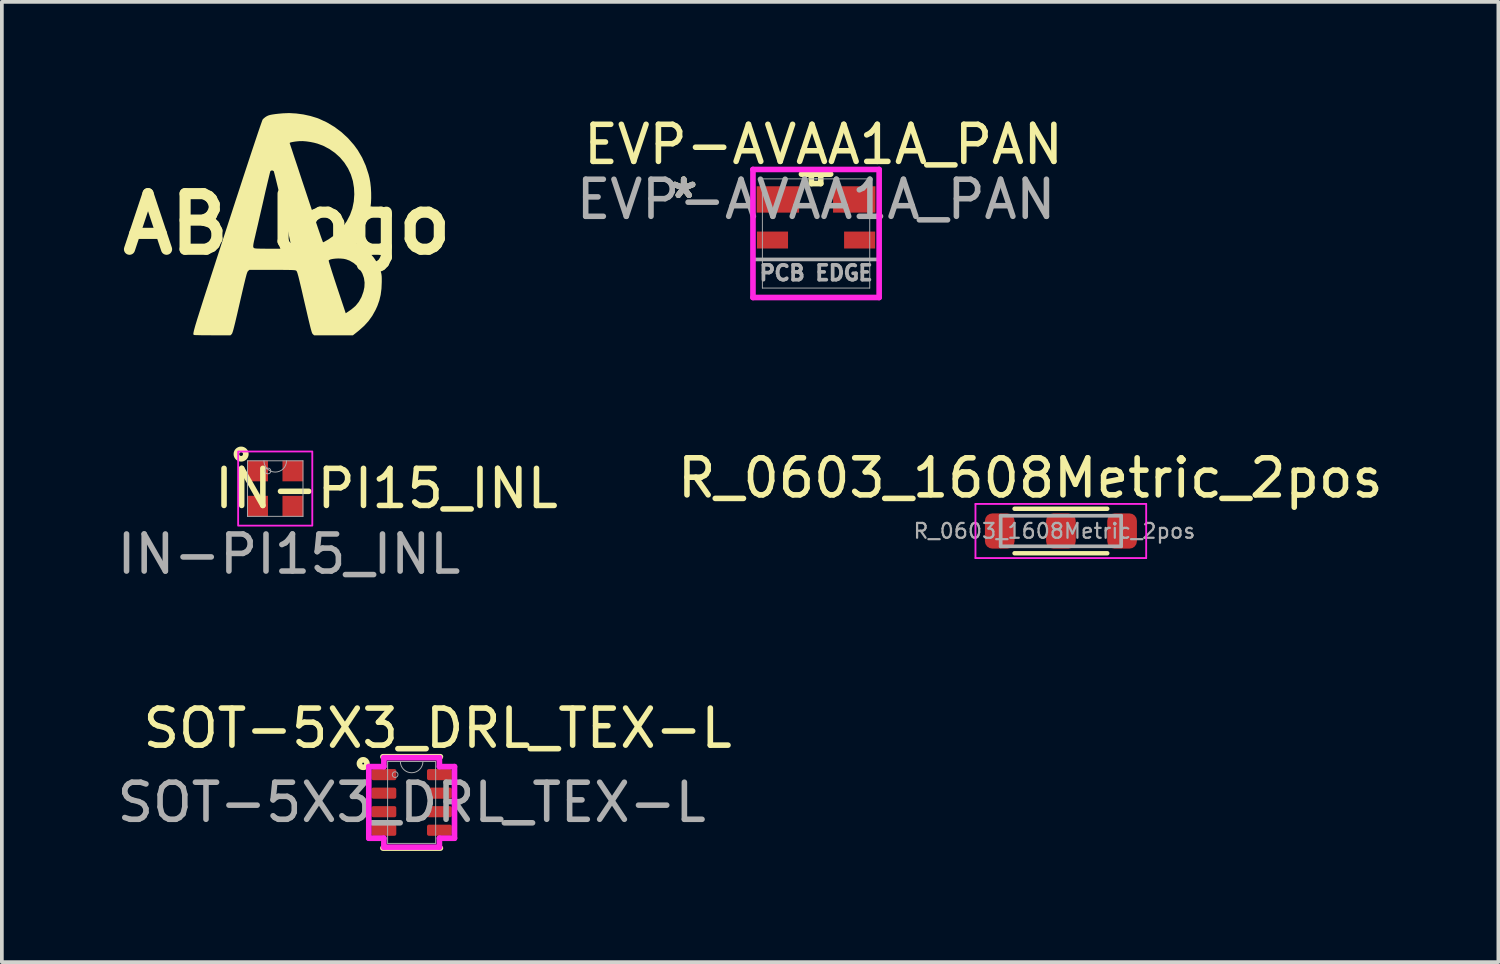
<source format=kicad_pcb>
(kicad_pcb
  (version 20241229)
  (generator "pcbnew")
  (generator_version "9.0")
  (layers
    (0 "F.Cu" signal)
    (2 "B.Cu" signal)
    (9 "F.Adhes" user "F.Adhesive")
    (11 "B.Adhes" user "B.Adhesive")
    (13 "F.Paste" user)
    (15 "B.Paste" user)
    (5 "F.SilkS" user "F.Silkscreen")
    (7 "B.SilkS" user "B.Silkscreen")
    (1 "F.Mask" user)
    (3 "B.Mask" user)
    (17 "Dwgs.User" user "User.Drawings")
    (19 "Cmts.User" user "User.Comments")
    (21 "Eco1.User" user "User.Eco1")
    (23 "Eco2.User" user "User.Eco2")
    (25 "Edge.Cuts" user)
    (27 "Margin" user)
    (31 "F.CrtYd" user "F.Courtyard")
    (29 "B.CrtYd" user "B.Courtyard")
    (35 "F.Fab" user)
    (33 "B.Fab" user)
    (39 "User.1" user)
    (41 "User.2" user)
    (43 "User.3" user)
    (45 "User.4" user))
  (footprint "R_0603_1608Metric_2pos"
    (layer "F.Cu")
    (at 24.743 11.274)
    (property "Reference" "R_0603_1608Metric_2pos" (at 0 -1.43 0) (layer "F.SilkS") (effects (font (size 1 1) (thickness 0.15))))
    (attr smd)
    (fp_line (start -0.425 -0.6) (end 2.075 -0.6) (stroke (width 0.12) (type solid)) (layer "F.SilkS"))
    (fp_line (start -0.425 0.6) (end 2.075 0.6) (stroke (width 0.12) (type solid)) (layer "F.SilkS"))
    (fp_line (start -1.48 -0.73) (end 3.125 -0.73) (stroke (width 0.05) (type solid)) (layer "F.CrtYd"))
    (fp_line (start -1.48 0.73) (end -1.48 -0.73) (stroke (width 0.05) (type solid)) (layer "F.CrtYd"))
    (fp_line (start 3.125 -0.73) (end 3.125 0.73) (stroke (width 0.05) (type solid)) (layer "F.CrtYd"))
    (fp_line (start 3.125 0.73) (end -1.48 0.73) (stroke (width 0.05) (type solid)) (layer "F.CrtYd"))
    (fp_line (start -0.8 -0.412) (end 2.45 -0.412) (stroke (width 0.1) (type solid)) (layer "F.Fab"))
    (fp_line (start -0.8 0.412) (end -0.8 -0.412) (stroke (width 0.1) (type solid)) (layer "F.Fab"))
    (fp_line (start 2.45 -0.412) (end 2.45 0.412) (stroke (width 0.1) (type solid)) (layer "F.Fab"))
    (fp_line (start 2.45 0.412) (end -0.8 0.412) (stroke (width 0.1) (type solid)) (layer "F.Fab"))
    (fp_text user "${REFERENCE}" (at 0.65 0 0) (layer "F.Fab") (effects (font (size 0.4 0.4) (thickness 0.06))))
    (pad "1" smd roundrect (at -0.825 0) (size 0.8 0.95) (layers "F.Cu" "F.Mask" "F.Paste") (roundrect_rratio 0.25))
    (pad "2" smd roundrect (at 0.825 0) (size 0.8 0.95) (layers "F.Cu" "F.Mask" "F.Paste") (roundrect_rratio 0.25))
    (pad "3" smd roundrect (at 2.475 0) (size 0.8 0.95) (layers "F.Cu" "F.Mask" "F.Paste") (roundrect_rratio 0.25)))
  (footprint "SOT-5X3_DRL_TEX-L"
    (layer "F.Cu")
    (at 8.054 18.595)
    (property "Reference" "SOT-5X3_DRL_TEX-L" (at 0.7 -2 0) (unlocked yes) (layer "F.SilkS") (effects (font (size 1 1) (thickness 0.15))))
    (attr smd)
    (fp_line (start -0.775 1.232) (end 0.775 1.232) (stroke (width 0.152) (type solid)) (layer "F.SilkS"))
    (fp_line (start 0.775 -1.232) (end -0.775 -1.232) (stroke (width 0.152) (type solid)) (layer "F.SilkS"))
    (fp_circle (center -1.307 -1.048) (end -1.206 -1.048) (stroke (width 0.152) (type solid)) (fill no) (layer "F.SilkS"))
    (fp_line (start -1.156 -0.966) (end -0.749 -0.966) (stroke (width 0.152) (type solid)) (layer "F.CrtYd"))
    (fp_line (start -1.156 0.966) (end -1.156 -0.966) (stroke (width 0.152) (type solid)) (layer "F.CrtYd"))
    (fp_line (start -1.156 0.966) (end -0.749 0.966) (stroke (width 0.152) (type solid)) (layer "F.CrtYd"))
    (fp_line (start -0.749 -1.206) (end 0.749 -1.206) (stroke (width 0.152) (type solid)) (layer "F.CrtYd"))
    (fp_line (start -0.749 -0.966) (end -0.749 -1.206) (stroke (width 0.152) (type solid)) (layer "F.CrtYd"))
    (fp_line (start -0.749 1.206) (end -0.749 0.966) (stroke (width 0.152) (type solid)) (layer "F.CrtYd"))
    (fp_line (start 0.749 -1.206) (end 0.749 -0.966) (stroke (width 0.152) (type solid)) (layer "F.CrtYd"))
    (fp_line (start 0.749 0.966) (end 0.749 1.206) (stroke (width 0.152) (type solid)) (layer "F.CrtYd"))
    (fp_line (start 0.749 1.206) (end -0.749 1.206) (stroke (width 0.152) (type solid)) (layer "F.CrtYd"))
    (fp_line (start 1.156 -0.966) (end 0.749 -0.966) (stroke (width 0.152) (type solid)) (layer "F.CrtYd"))
    (fp_line (start 1.156 -0.966) (end 1.156 0.966) (stroke (width 0.152) (type solid)) (layer "F.CrtYd"))
    (fp_line (start 1.156 0.966) (end 0.749 0.966) (stroke (width 0.152) (type solid)) (layer "F.CrtYd"))
    (fp_line (start -0.648 -1.105) (end -0.648 1.105) (stroke (width 0.025) (type solid)) (layer "F.Fab"))
    (fp_line (start -0.648 1.105) (end 0.648 1.105) (stroke (width 0.025) (type solid)) (layer "F.Fab"))
    (fp_line (start 0.648 -1.105) (end -0.648 -1.105) (stroke (width 0.025) (type solid)) (layer "F.Fab"))
    (fp_line (start 0.648 1.105) (end 0.648 -1.105) (stroke (width 0.025) (type solid)) (layer "F.Fab"))
    (fp_arc (start 0.3048 -1.1049) (mid 0 -0.8001) (end -0.3048 -1.1049) (stroke (width 0.0254) (type solid)) (layer "F.Fab"))
    (fp_circle (center -0.445 -0.75) (end -0.368 -0.75) (stroke (width 0.025) (type solid)) (fill no) (layer "F.Fab"))
    (fp_text user "${REFERENCE}" (at 0 0 0) (unlocked yes) (layer "F.Fab") (effects (font (size 1 1) (thickness 0.15))))
    (pad "1" smd roundrect (at -0.749 -0.75) (size 0.67 0.3) (layers "F.Cu" "F.Mask" "F.Paste") (roundrect_rratio 0.167))
    (pad "2" smd roundrect (at -0.749 -0.25) (size 0.67 0.3) (layers "F.Cu" "F.Mask" "F.Paste") (roundrect_rratio 0.167))
    (pad "3" smd roundrect (at -0.749 0.25) (size 0.67 0.3) (layers "F.Cu" "F.Mask" "F.Paste") (roundrect_rratio 0.167))
    (pad "4" smd roundrect (at -0.749 0.75) (size 0.67 0.3) (layers "F.Cu" "F.Mask" "F.Paste") (roundrect_rratio 0.167))
    (pad "5" smd roundrect (at 0.749 0.75) (size 0.67 0.3) (layers "F.Cu" "F.Mask" "F.Paste") (roundrect_rratio 0.167))
    (pad "6" smd roundrect (at 0.749 0.25) (size 0.67 0.3) (layers "F.Cu" "F.Mask" "F.Paste") (roundrect_rratio 0.167))
    (pad "7" smd roundrect (at 0.749 -0.25) (size 0.67 0.3) (layers "F.Cu" "F.Mask" "F.Paste") (roundrect_rratio 0.167))
    (pad "8" smd roundrect (at 0.749 -0.75) (size 0.67 0.3) (layers "F.Cu" "F.Mask" "F.Paste") (roundrect_rratio 0.167)))
  (footprint "IN-PI15_INL"
    (layer "F.Cu")
    (at 4.374 10.129)
    (property "Reference" "IN-PI15_INL" (at 3 0 0) (unlocked yes) (layer "F.SilkS") (effects (font (size 1 1) (thickness 0.15))))
    (attr smd)
    (fp_circle (center -0.92 -0.93) (end -0.793 -0.93) (stroke (width 0.152) (type solid)) (fill no) (layer "F.SilkS"))
    (fp_rect (start -1 -1) (end 1 1) (stroke (width 0.05) (type default)) (fill no) (layer "F.CrtYd"))
    (fp_line (start -0.749 -0.749) (end -0.749 0.749) (stroke (width 0.025) (type solid)) (layer "F.Fab"))
    (fp_line (start -0.749 0.749) (end 0.749 0.749) (stroke (width 0.025) (type solid)) (layer "F.Fab"))
    (fp_line (start 0.749 -0.749) (end -0.749 -0.749) (stroke (width 0.025) (type solid)) (layer "F.Fab"))
    (fp_line (start 0.749 0.749) (end 0.749 -0.749) (stroke (width 0.025) (type solid)) (layer "F.Fab"))
    (fp_arc (start 0.3048 -0.7493) (mid 0 -0.4445) (end -0.3048 -0.7493) (stroke (width 0.0254) (type solid)) (layer "F.Fab"))
    (fp_circle (center -0.196 -0.475) (end -0.119 -0.475) (stroke (width 0.025) (type solid)) (fill no) (layer "F.Fab"))
    (fp_text user "${REFERENCE}" (at 0.37 1.77 0) (unlocked yes) (layer "F.Fab") (effects (font (size 1 1) (thickness 0.15))))
    (pad "1" smd rect (at -0.475 -0.475) (size 0.559 0.559) (layers "F.Cu" "F.Mask" "F.Paste"))
    (pad "2" smd rect (at -0.475 0.475) (size 0.559 0.559) (layers "F.Cu" "F.Mask" "F.Paste"))
    (pad "3" smd rect (at 0.475 0.475) (size 0.559 0.559) (layers "F.Cu" "F.Mask" "F.Paste"))
    (pad "4" smd rect (at 0.475 -0.475) (size 0.559 0.559) (layers "F.Cu" "F.Mask" "F.Paste")))
  (footprint "AB_logo"
    (layer "F.Cu")
    (at 4.693 2.995)
    (property "Reference" "AB_logo" (at 0 0 0) (layer "F.SilkS") (effects (font (size 1.5 1.5) (thickness 0.3))))
    (attr board_only exclude_from_pos_files exclude_from_bom)
    (fp_poly (pts (xy 0.247 -2.984) (xy 0.441 -2.958) (xy 0.632 -2.916) (xy 0.812 -2.861) (xy 0.862 -2.842) (xy 1.076 -2.743) (xy 1.28 -2.621) (xy 1.471 -2.478) (xy 1.647 -2.315) (xy 1.805 -2.135) (xy 1.909 -1.992) (xy 2.026 -1.792) (xy 2.123 -1.575) (xy 2.199 -1.343) (xy 2.225 -1.24) (xy 2.246 -1.122) (xy 2.261 -0.987) (xy 2.269 -0.844) (xy 2.27 -0.702) (xy 2.264 -0.569) (xy 2.251 -0.462) (xy 2.211 -0.282) (xy 2.155 -0.104) (xy 2.083 0.066) (xy 1.999 0.222) (xy 1.91 0.35) (xy 1.875 0.403) (xy 1.86 0.446) (xy 1.859 0.459) (xy 1.867 0.5) (xy 1.888 0.531) (xy 1.915 0.544) (xy 1.917 0.544) (xy 1.943 0.553) (xy 1.984 0.577) (xy 2.035 0.612) (xy 2.093 0.656) (xy 2.151 0.705) (xy 2.206 0.755) (xy 2.245 0.794) (xy 2.341 0.906) (xy 2.418 1.022) (xy 2.48 1.15) (xy 2.512 1.235) (xy 2.529 1.285) (xy 2.541 1.326) (xy 2.548 1.364) (xy 2.553 1.406) (xy 2.555 1.458) (xy 2.555 1.528) (xy 2.555 1.56) (xy 2.547 1.742) (xy 2.526 1.907) (xy 2.489 2.061) (xy 2.436 2.21) (xy 2.387 2.317) (xy 2.3 2.473) (xy 2.199 2.614) (xy 2.08 2.745) (xy 1.939 2.871) (xy 1.907 2.897) (xy 1.776 3.001) (xy 1.254 3.001) (xy 0.732 3.001) (xy 0.697 2.971) (xy 0.69 2.963) (xy 0.682 2.952) (xy 0.674 2.935) (xy 0.665 2.91) (xy 0.655 2.876) (xy 0.642 2.831) (xy 0.627 2.773) (xy 0.609 2.699) (xy 0.587 2.608) (xy 0.561 2.499) (xy 0.531 2.368) (xy 0.495 2.214) (xy 0.471 2.112) (xy 0.432 1.943) (xy 0.399 1.797) (xy 0.37 1.675) (xy 0.345 1.572) (xy 0.325 1.488) (xy 0.308 1.42) (xy 0.293 1.367) (xy 0.282 1.327) (xy 0.272 1.298) (xy 0.264 1.279) (xy 0.256 1.266) (xy 0.25 1.259) (xy 0.241 1.253) (xy 0.229 1.249) (xy 0.211 1.245) (xy 0.184 1.242) (xy 0.148 1.24) (xy 0.098 1.238) (xy 0.033 1.237) (xy -0.049 1.236) (xy -0.151 1.235) (xy -0.276 1.235) (xy -0.398 1.235) (xy -1.016 1.235) (xy -1.05 1.265) (xy -1.057 1.273) (xy -1.065 1.284) (xy -1.073 1.302) (xy -1.082 1.327) (xy -1.093 1.361) (xy -1.105 1.408) (xy -1.121 1.467) (xy -1.139 1.542) (xy -1.162 1.635) (xy -1.188 1.746) (xy -1.219 1.879) (xy -1.255 2.034) (xy -1.274 2.118) (xy -1.313 2.286) (xy -1.346 2.431) (xy -1.375 2.553) (xy -1.399 2.655) (xy -1.42 2.739) (xy -1.437 2.806) (xy -1.451 2.859) (xy -1.463 2.899) (xy -1.473 2.928) (xy -1.481 2.949) (xy -1.489 2.962) (xy -1.496 2.971) (xy -1.496 2.971) (xy -1.528 3.001) (xy -2.009 3) (xy -2.12 2.999) (xy -2.223 2.999) (xy -2.314 2.998) (xy -2.391 2.996) (xy -2.451 2.995) (xy -2.491 2.993) (xy -2.506 2.992) (xy -2.512 2.989) (xy -2.518 2.987) (xy -2.522 2.982) (xy -2.525 2.976) (xy -2.527 2.966) (xy -2.527 2.951) (xy -2.524 2.931) (xy -2.519 2.905) (xy -2.512 2.872) (xy -2.501 2.831) (xy -2.487 2.78) (xy -2.47 2.719) (xy -2.448 2.648) (xy -2.423 2.564) (xy -2.392 2.467) (xy -2.357 2.356) (xy -2.317 2.229) (xy -2.272 2.087) (xy -2.221 1.928) (xy -2.164 1.752) (xy -2.1 1.556) (xy -2.03 1.34) (xy -1.953 1.104) (xy -1.914 0.982) (xy 1.123 0.982) (xy 1.125 0.997) (xy 1.135 1.034) (xy 1.152 1.093) (xy 1.176 1.169) (xy 1.205 1.262) (xy 1.239 1.368) (xy 1.277 1.485) (xy 1.319 1.612) (xy 1.348 1.701) (xy 1.583 2.405) (xy 1.618 2.382) (xy 1.646 2.363) (xy 1.687 2.335) (xy 1.733 2.303) (xy 1.736 2.301) (xy 1.846 2.208) (xy 1.937 2.096) (xy 2.008 1.968) (xy 2.06 1.824) (xy 2.086 1.702) (xy 2.092 1.577) (xy 2.074 1.454) (xy 2.033 1.336) (xy 1.972 1.228) (xy 1.892 1.131) (xy 1.796 1.049) (xy 1.686 0.985) (xy 1.594 0.951) (xy 1.531 0.937) (xy 1.458 0.93) (xy 1.381 0.927) (xy 1.305 0.931) (xy 1.236 0.939) (xy 1.178 0.951) (xy 1.138 0.968) (xy 1.123 0.982) (xy -1.914 0.982) (xy -1.869 0.845) (xy -1.789 0.6) (xy -0.913 0.6) (xy -0.91 0.621) (xy -0.902 0.635) (xy -0.897 0.642) (xy -0.889 0.647) (xy -0.876 0.652) (xy -0.856 0.656) (xy -0.826 0.659) (xy -0.783 0.661) (xy -0.725 0.662) (xy -0.649 0.663) (xy -0.552 0.664) (xy -0.432 0.664) (xy -0.398 0.664) (xy 0.079 0.664) (xy 0.1 0.632) (xy 0.103 0.625) (xy 0.106 0.616) (xy 0.106 0.602) (xy 0.105 0.582) (xy 0.101 0.554) (xy 0.095 0.516) (xy 0.086 0.468) (xy 0.073 0.406) (xy 0.056 0.329) (xy 0.036 0.236) (xy 0.01 0.125) (xy -0.02 -0.007) (xy -0.055 -0.16) (xy -0.096 -0.336) (xy -0.111 -0.404) (xy -0.148 -0.563) (xy -0.184 -0.715) (xy -0.217 -0.858) (xy -0.248 -0.989) (xy -0.277 -1.108) (xy -0.302 -1.21) (xy -0.323 -1.295) (xy -0.34 -1.361) (xy -0.352 -1.406) (xy -0.358 -1.427) (xy -0.359 -1.428) (xy -0.386 -1.444) (xy -0.42 -1.446) (xy -0.447 -1.432) (xy -0.448 -1.431) (xy -0.453 -1.415) (xy -0.464 -1.376) (xy -0.479 -1.315) (xy -0.498 -1.236) (xy -0.521 -1.14) (xy -0.547 -1.03) (xy -0.576 -0.909) (xy -0.606 -0.778) (xy -0.63 -0.671) (xy -0.663 -0.526) (xy -0.696 -0.383) (xy -0.728 -0.245) (xy -0.758 -0.114) (xy -0.785 0.005) (xy -0.81 0.11) (xy -0.83 0.197) (xy -0.846 0.263) (xy -0.851 0.288) (xy -0.875 0.389) (xy -0.893 0.467) (xy -0.905 0.526) (xy -0.911 0.57) (xy -0.913 0.6) (xy -1.789 0.6) (xy -1.778 0.564) (xy -1.679 0.26) (xy -1.619 0.077) (xy -1.5 -0.287) (xy -1.39 -0.626) (xy -1.287 -0.94) (xy -1.193 -1.229) (xy -1.106 -1.493) (xy -1.027 -1.733) (xy -0.956 -1.949) (xy -0.892 -2.14) (xy -0.877 -2.186) (xy 0.07 -2.186) (xy 0.07 -2.186) (xy 0.075 -2.172) (xy 0.088 -2.134) (xy 0.108 -2.074) (xy 0.135 -1.994) (xy 0.167 -1.895) (xy 0.205 -1.78) (xy 0.249 -1.649) (xy 0.297 -1.505) (xy 0.348 -1.349) (xy 0.403 -1.182) (xy 0.461 -1.008) (xy 0.517 -0.84) (xy 0.577 -0.659) (xy 0.635 -0.485) (xy 0.69 -0.32) (xy 0.742 -0.166) (xy 0.79 -0.024) (xy 0.833 0.104) (xy 0.872 0.217) (xy 0.905 0.313) (xy 0.932 0.39) (xy 0.953 0.446) (xy 0.966 0.48) (xy 0.972 0.491) (xy 0.988 0.485) (xy 1.022 0.467) (xy 1.069 0.44) (xy 1.121 0.41) (xy 1.26 0.312) (xy 1.391 0.195) (xy 1.509 0.066) (xy 1.606 -0.071) (xy 1.611 -0.079) (xy 1.699 -0.248) (xy 1.762 -0.424) (xy 1.8 -0.609) (xy 1.814 -0.803) (xy 1.806 -0.976) (xy 1.776 -1.161) (xy 1.722 -1.337) (xy 1.645 -1.503) (xy 1.547 -1.657) (xy 1.429 -1.797) (xy 1.292 -1.921) (xy 1.139 -2.027) (xy 0.971 -2.115) (xy 0.823 -2.17) (xy 0.73 -2.195) (xy 0.626 -2.216) (xy 0.521 -2.231) (xy 0.422 -2.239) (xy 0.338 -2.238) (xy 0.325 -2.237) (xy 0.239 -2.229) (xy 0.167 -2.218) (xy 0.113 -2.207) (xy 0.08 -2.197) (xy 0.07 -2.186) (xy -0.877 -2.186) (xy -0.836 -2.308) (xy -0.788 -2.452) (xy -0.747 -2.572) (xy -0.714 -2.668) (xy -0.688 -2.742) (xy -0.67 -2.792) (xy -0.659 -2.819) (xy -0.656 -2.824) (xy -0.626 -2.854) (xy -0.584 -2.887) (xy -0.554 -2.906) (xy -0.523 -2.922) (xy -0.487 -2.936) (xy -0.445 -2.947) (xy -0.391 -2.957) (xy -0.323 -2.967) (xy -0.236 -2.977) (xy -0.126 -2.987) (xy -0.121 -2.988) (xy 0.057 -2.995)) (stroke (width 0) (type solid)) (fill yes) (layer "F.SilkS")))
  (footprint "EVP-AVAA1A_PAN"
    (layer "F.Cu")
    (at 18.963 3.248)
    (property "Reference" "EVP-AVAA1A_PAN" (at 0.2 -2.4 0) (unlocked yes) (layer "F.SilkS") (effects (font (size 1 1) (thickness 0.15))))
    (attr smd)
    (fp_line (start -0.127 -1.6) (end -0.127 -1.346) (stroke (width 0.152) (type solid)) (layer "F.SilkS"))
    (fp_line (start -0.127 -1.346) (end 0.127 -1.346) (stroke (width 0.152) (type solid)) (layer "F.SilkS"))
    (fp_line (start 0.127 -1.6) (end -0.127 -1.6) (stroke (width 0.152) (type solid)) (layer "F.SilkS"))
    (fp_line (start 0.127 -1.346) (end 0.127 -1.6) (stroke (width 0.152) (type solid)) (layer "F.SilkS"))
    (fp_line (start 0.394 -1.6) (end -0.394 -1.6) (stroke (width 0.152) (type solid)) (layer "F.SilkS"))
    (fp_line (start -1.702 -1.727) (end -1.702 1.727) (stroke (width 0.152) (type solid)) (layer "F.CrtYd"))
    (fp_line (start -1.702 1.727) (end 1.702 1.727) (stroke (width 0.152) (type solid)) (layer "F.CrtYd"))
    (fp_line (start 1.702 -1.727) (end -1.702 -1.727) (stroke (width 0.152) (type solid)) (layer "F.CrtYd"))
    (fp_line (start 1.702 1.727) (end 1.702 -1.727) (stroke (width 0.152) (type solid)) (layer "F.CrtYd"))
    (fp_line (start -1.448 -1.473) (end -1.448 1.473) (stroke (width 0.025) (type solid)) (layer "F.Fab"))
    (fp_line (start -1.448 1.473) (end 1.448 1.473) (stroke (width 0.025) (type solid)) (layer "F.Fab"))
    (fp_line (start 0 -1.473) (end 0 -1.473) (stroke (width 0.025) (type solid)) (layer "F.Fab"))
    (fp_line (start 0 -1.473) (end 0 -1.473) (stroke (width 0.025) (type solid)) (layer "F.Fab"))
    (fp_line (start 0 -1.473) (end 0 -1.473) (stroke (width 0.025) (type solid)) (layer "F.Fab"))
    (fp_line (start 0 -1.473) (end 0 -1.473) (stroke (width 0.025) (type solid)) (layer "F.Fab"))
    (fp_line (start 1.448 -1.473) (end -1.448 -1.473) (stroke (width 0.025) (type solid)) (layer "F.Fab"))
    (fp_line (start 1.448 1.473) (end 1.448 -1.473) (stroke (width 0.025) (type solid)) (layer "F.Fab"))
    (fp_line (start 1.7 0.7) (end -1.7 0.7) (stroke (width 0.1) (type default)) (layer "F.Fab"))
    (fp_text user "*" (at -3.57 -0.918 0) (layer "F.SilkS") (effects (font (size 1 1) (thickness 0.15))))
    (fp_text user "*" (at -3.57 -0.918 0) (unlocked yes) (layer "F.SilkS") (effects (font (size 1 1) (thickness 0.15))))
    (fp_text user "*" (at -3.57 -0.918 0) (unlocked yes) (layer "F.Fab") (effects (font (size 1 1) (thickness 0.15))))
    (fp_text user "*" (at -3.57 -0.918 0) (layer "F.Fab") (effects (font (size 1 1) (thickness 0.15))))
    (fp_text user "PCB EDGE" (at 0 1.3 0) (unlocked yes) (layer "F.Fab") (effects (font (size 0.4 0.4) (thickness 0.1) (bold yes)) (justify bottom)))
    (fp_text user "${REFERENCE}" (at 0 -0.918 0) (unlocked yes) (layer "F.Fab") (effects (font (size 1 1) (thickness 0.15))))
    (pad "1" smd rect (at -1.175 0.177) (size 0.838 0.457) (layers "F.Cu" "F.Mask" "F.Paste"))
    (pad "2" smd rect (at -1.03 -0.918) (size 1.143 0.711) (layers "F.Cu" "F.Mask" "F.Paste"))
    (pad "3" smd rect (at 1.03 -0.918) (size 1.143 0.711) (layers "F.Cu" "F.Mask" "F.Paste"))
    (pad "4" smd rect (at 1.175 0.177) (size 0.838 0.457) (layers "F.Cu" "F.Mask" "F.Paste")))
  (gr_rect
    (start -3 -3)
    (end 37.368 22.903)
    (stroke (width 0.1) (type default))
    (fill no)
    (layer "Edge.Cuts")))
</source>
